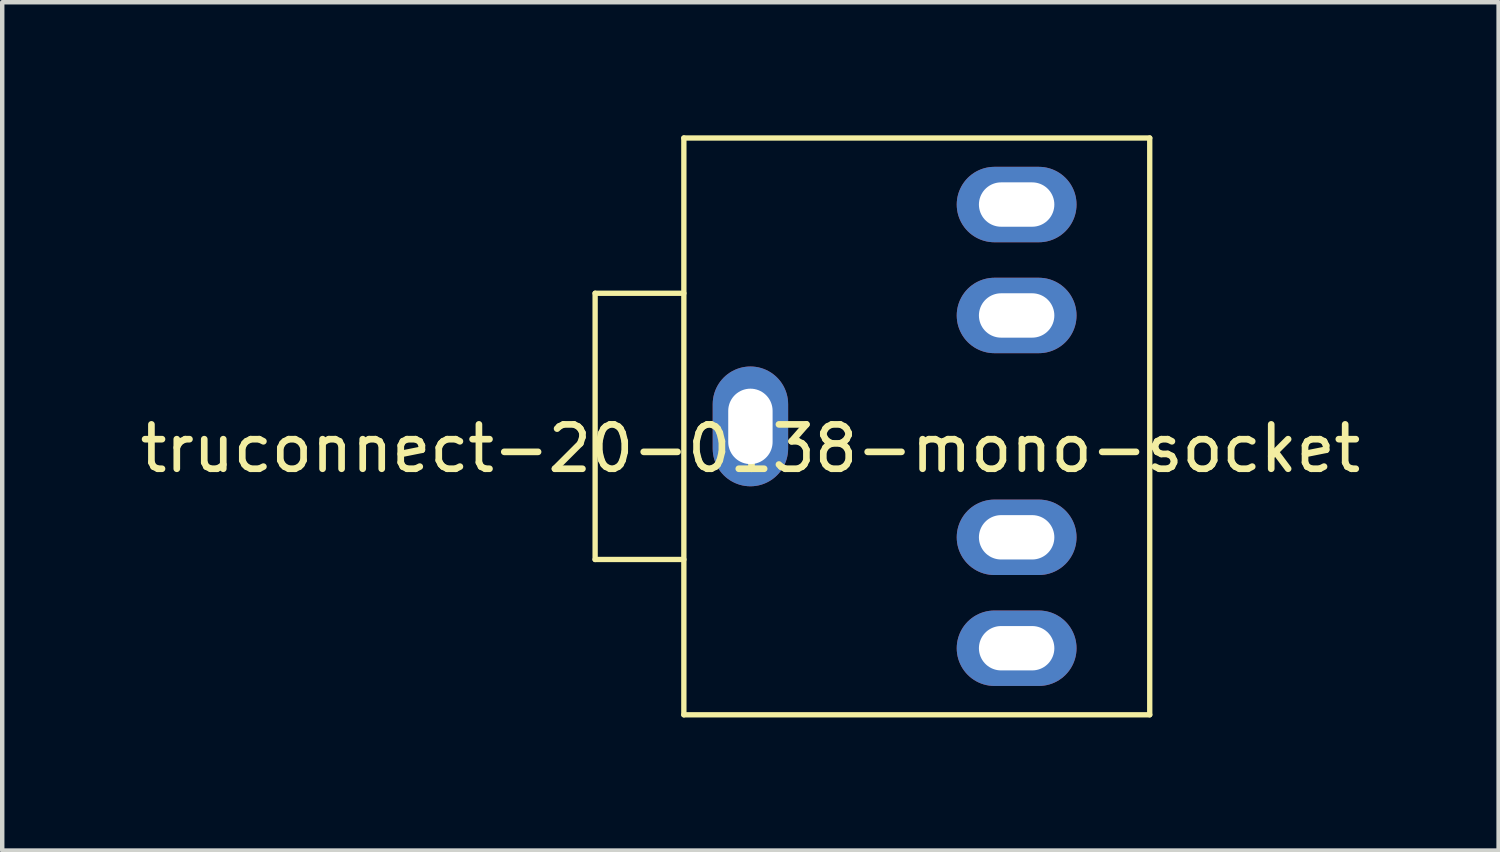
<source format=kicad_pcb>
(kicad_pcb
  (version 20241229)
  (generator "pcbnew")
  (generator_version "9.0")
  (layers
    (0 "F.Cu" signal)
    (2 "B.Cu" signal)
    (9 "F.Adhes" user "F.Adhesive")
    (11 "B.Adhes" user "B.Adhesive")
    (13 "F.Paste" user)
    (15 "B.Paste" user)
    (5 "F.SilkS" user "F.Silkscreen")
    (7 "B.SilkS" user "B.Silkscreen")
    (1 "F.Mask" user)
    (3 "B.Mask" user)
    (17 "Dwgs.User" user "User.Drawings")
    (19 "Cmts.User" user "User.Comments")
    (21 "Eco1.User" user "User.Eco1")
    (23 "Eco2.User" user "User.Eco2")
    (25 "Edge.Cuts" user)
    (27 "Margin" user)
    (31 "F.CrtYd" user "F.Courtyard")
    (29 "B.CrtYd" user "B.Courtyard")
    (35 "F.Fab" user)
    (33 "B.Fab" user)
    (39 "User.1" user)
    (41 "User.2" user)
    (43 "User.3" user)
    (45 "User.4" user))
  (footprint "truconnect-20-0138-mono-socket"
    (layer "F.Cu")
    (at 13.863 6.56)
    (property "Reference" "truconnect-20-0138-mono-socket" (at 0 0.5 0) (layer "F.SilkS") (effects (font (size 1 1) (thickness 0.15))))
    (attr through_hole)
    (fp_line (start -3.5 -3) (end -3.5 3) (stroke (width 0.12) (type solid)) (layer "F.SilkS"))
    (fp_line (start -3.5 3) (end -1.5 3) (stroke (width 0.12) (type solid)) (layer "F.SilkS"))
    (fp_line (start -1.5 -6.5) (end -1.5 6.5) (stroke (width 0.12) (type solid)) (layer "F.SilkS"))
    (fp_line (start -1.5 -3) (end -3.5 -3) (stroke (width 0.12) (type solid)) (layer "F.SilkS"))
    (fp_line (start -1.5 6.5) (end 9 6.5) (stroke (width 0.12) (type solid)) (layer "F.SilkS"))
    (fp_line (start 9 -6.5) (end -1.5 -6.5) (stroke (width 0.12) (type solid)) (layer "F.SilkS"))
    (fp_line (start 9 6.5) (end 9 -6.5) (stroke (width 0.12) (type solid)) (layer "F.SilkS"))
    (pad "1" thru_hole oval (at 0 0 90) (size 2.7 1.7) (drill oval 1.7 1) (layers "*.Cu" "*.Mask"))
    (pad "2" thru_hole oval (at 6 -5 180) (size 2.7 1.7) (drill oval 1.7 1) (layers "*.Cu" "*.Mask"))
    (pad "3" thru_hole oval (at 6 -2.5 180) (size 2.7 1.7) (drill oval 1.7 1) (layers "*.Cu" "*.Mask"))
    (pad "4" thru_hole oval (at 6 2.5 180) (size 2.7 1.7) (drill oval 1.7 1) (layers "*.Cu" "*.Mask"))
    (pad "5" thru_hole oval (at 6 5 180) (size 2.7 1.7) (drill oval 1.7 1) (layers "*.Cu" "*.Mask")))
  (gr_rect
    (start -3 -3)
    (end 30.726 16.12)
    (stroke (width 0.1) (type default))
    (fill no)
    (layer "Edge.Cuts")))
</source>
